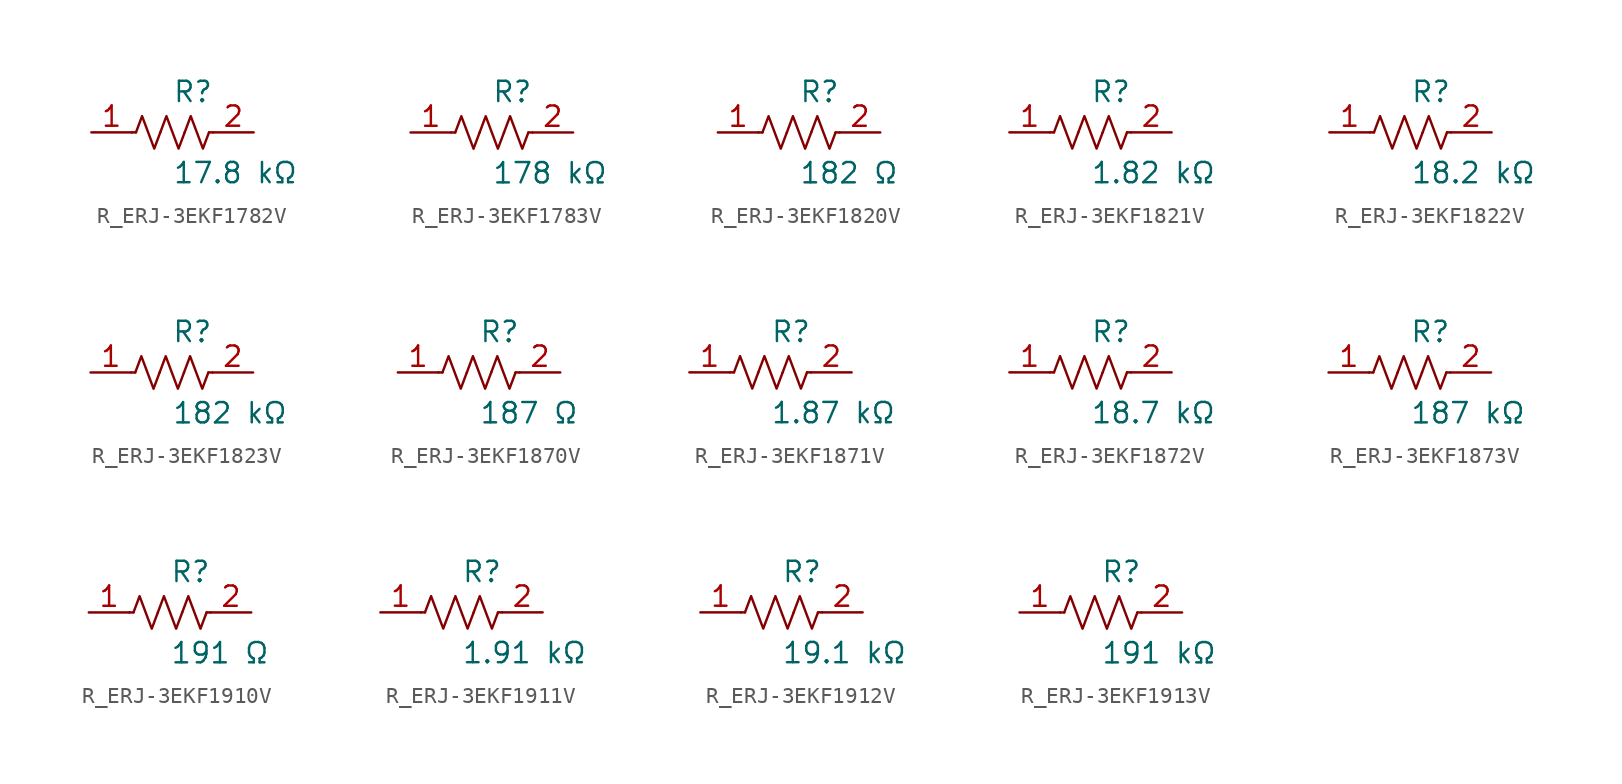
<source format=kicad_sym>
(kicad_symbol_lib
  (version 20231120)
  (generator "kicad_symbol_editor")
  (generator_version "8.0")
  (symbol "R_ERJ-3EKF1782V"
    (pin_names
      (offset 0.254))
    (property "Reference" "R"
      (at 0 2.54 0)
      (effects (font (size 1.27 1.27)) (justify left)))
    (property "Value" "17.8 kΩ"
      (at 0 -2.54 0)
      (effects (font (size 1.27 1.27)) (justify left)))
    (symbol "R_ERJ-3EKF1782V_0_1"
      (polyline (pts (xy 2.286 0) (xy 2.54 0)) (stroke (width 0) (type default)) (fill (type none)))
      (polyline (pts (xy -2.286 0) (xy -2.54 0)) (stroke (width 0) (type default)) (fill (type none)))
      (polyline (pts (xy 0.762 0) (xy 1.143 1.016) (xy 1.524 0) (xy 1.905 -1.016) (xy 2.286 0)) (stroke (width 0) (type default)) (fill (type none)))
      (polyline (pts (xy -0.762 0) (xy -0.381 1.016) (xy 0 0) (xy 0.381 -1.016) (xy 0.762 0)) (stroke (width 0) (type default)) (fill (type none)))
      (polyline (pts (xy -2.286 0) (xy -1.905 1.016) (xy -1.524 0) (xy -1.143 -1.016) (xy -0.762 0)) (stroke (width 0) (type default)) (fill (type none))))
    (pin unspecified line
      (at -5.08 0 0)
      (length 2.54)
      (name "" (effects (font (size 1.27 1.27))))
      (number "1" (effects (font (size 1.27 1.27)))))
    (pin unspecified line
      (at 5.08 0 180)
      (length 2.54)
      (name "" (effects (font (size 1.27 1.27))))
      (number "2" (effects (font (size 1.27 1.27))))))
  (symbol "R_ERJ-3EKF1783V"
    (pin_names
      (offset 0.254))
    (property "Reference" "R"
      (at 0 2.54 0)
      (effects (font (size 1.27 1.27)) (justify left)))
    (property "Value" "178 kΩ"
      (at 0 -2.54 0)
      (effects (font (size 1.27 1.27)) (justify left)))
    (symbol "R_ERJ-3EKF1783V_0_1"
      (polyline (pts (xy 2.286 0) (xy 2.54 0)) (stroke (width 0) (type default)) (fill (type none)))
      (polyline (pts (xy -2.286 0) (xy -2.54 0)) (stroke (width 0) (type default)) (fill (type none)))
      (polyline (pts (xy 0.762 0) (xy 1.143 1.016) (xy 1.524 0) (xy 1.905 -1.016) (xy 2.286 0)) (stroke (width 0) (type default)) (fill (type none)))
      (polyline (pts (xy -0.762 0) (xy -0.381 1.016) (xy 0 0) (xy 0.381 -1.016) (xy 0.762 0)) (stroke (width 0) (type default)) (fill (type none)))
      (polyline (pts (xy -2.286 0) (xy -1.905 1.016) (xy -1.524 0) (xy -1.143 -1.016) (xy -0.762 0)) (stroke (width 0) (type default)) (fill (type none))))
    (pin unspecified line
      (at -5.08 0 0)
      (length 2.54)
      (name "" (effects (font (size 1.27 1.27))))
      (number "1" (effects (font (size 1.27 1.27)))))
    (pin unspecified line
      (at 5.08 0 180)
      (length 2.54)
      (name "" (effects (font (size 1.27 1.27))))
      (number "2" (effects (font (size 1.27 1.27))))))
  (symbol "R_ERJ-3EKF1820V"
    (pin_names
      (offset 0.254))
    (property "Reference" "R"
      (at 0 2.54 0)
      (effects (font (size 1.27 1.27)) (justify left)))
    (property "Value" "182 Ω"
      (at 0 -2.54 0)
      (effects (font (size 1.27 1.27)) (justify left)))
    (symbol "R_ERJ-3EKF1820V_0_1"
      (polyline (pts (xy 2.286 0) (xy 2.54 0)) (stroke (width 0) (type default)) (fill (type none)))
      (polyline (pts (xy -2.286 0) (xy -2.54 0)) (stroke (width 0) (type default)) (fill (type none)))
      (polyline (pts (xy 0.762 0) (xy 1.143 1.016) (xy 1.524 0) (xy 1.905 -1.016) (xy 2.286 0)) (stroke (width 0) (type default)) (fill (type none)))
      (polyline (pts (xy -0.762 0) (xy -0.381 1.016) (xy 0 0) (xy 0.381 -1.016) (xy 0.762 0)) (stroke (width 0) (type default)) (fill (type none)))
      (polyline (pts (xy -2.286 0) (xy -1.905 1.016) (xy -1.524 0) (xy -1.143 -1.016) (xy -0.762 0)) (stroke (width 0) (type default)) (fill (type none))))
    (pin unspecified line
      (at -5.08 0 0)
      (length 2.54)
      (name "" (effects (font (size 1.27 1.27))))
      (number "1" (effects (font (size 1.27 1.27)))))
    (pin unspecified line
      (at 5.08 0 180)
      (length 2.54)
      (name "" (effects (font (size 1.27 1.27))))
      (number "2" (effects (font (size 1.27 1.27))))))
  (symbol "R_ERJ-3EKF1821V"
    (pin_names
      (offset 0.254))
    (property "Reference" "R"
      (at 0 2.54 0)
      (effects (font (size 1.27 1.27)) (justify left)))
    (property "Value" "1.82 kΩ"
      (at 0 -2.54 0)
      (effects (font (size 1.27 1.27)) (justify left)))
    (symbol "R_ERJ-3EKF1821V_0_1"
      (polyline (pts (xy 2.286 0) (xy 2.54 0)) (stroke (width 0) (type default)) (fill (type none)))
      (polyline (pts (xy -2.286 0) (xy -2.54 0)) (stroke (width 0) (type default)) (fill (type none)))
      (polyline (pts (xy 0.762 0) (xy 1.143 1.016) (xy 1.524 0) (xy 1.905 -1.016) (xy 2.286 0)) (stroke (width 0) (type default)) (fill (type none)))
      (polyline (pts (xy -0.762 0) (xy -0.381 1.016) (xy 0 0) (xy 0.381 -1.016) (xy 0.762 0)) (stroke (width 0) (type default)) (fill (type none)))
      (polyline (pts (xy -2.286 0) (xy -1.905 1.016) (xy -1.524 0) (xy -1.143 -1.016) (xy -0.762 0)) (stroke (width 0) (type default)) (fill (type none))))
    (pin unspecified line
      (at -5.08 0 0)
      (length 2.54)
      (name "" (effects (font (size 1.27 1.27))))
      (number "1" (effects (font (size 1.27 1.27)))))
    (pin unspecified line
      (at 5.08 0 180)
      (length 2.54)
      (name "" (effects (font (size 1.27 1.27))))
      (number "2" (effects (font (size 1.27 1.27))))))
  (symbol "R_ERJ-3EKF1822V"
    (pin_names
      (offset 0.254))
    (property "Reference" "R"
      (at 0 2.54 0)
      (effects (font (size 1.27 1.27)) (justify left)))
    (property "Value" "18.2 kΩ"
      (at 0 -2.54 0)
      (effects (font (size 1.27 1.27)) (justify left)))
    (symbol "R_ERJ-3EKF1822V_0_1"
      (polyline (pts (xy 2.286 0) (xy 2.54 0)) (stroke (width 0) (type default)) (fill (type none)))
      (polyline (pts (xy -2.286 0) (xy -2.54 0)) (stroke (width 0) (type default)) (fill (type none)))
      (polyline (pts (xy 0.762 0) (xy 1.143 1.016) (xy 1.524 0) (xy 1.905 -1.016) (xy 2.286 0)) (stroke (width 0) (type default)) (fill (type none)))
      (polyline (pts (xy -0.762 0) (xy -0.381 1.016) (xy 0 0) (xy 0.381 -1.016) (xy 0.762 0)) (stroke (width 0) (type default)) (fill (type none)))
      (polyline (pts (xy -2.286 0) (xy -1.905 1.016) (xy -1.524 0) (xy -1.143 -1.016) (xy -0.762 0)) (stroke (width 0) (type default)) (fill (type none))))
    (pin unspecified line
      (at -5.08 0 0)
      (length 2.54)
      (name "" (effects (font (size 1.27 1.27))))
      (number "1" (effects (font (size 1.27 1.27)))))
    (pin unspecified line
      (at 5.08 0 180)
      (length 2.54)
      (name "" (effects (font (size 1.27 1.27))))
      (number "2" (effects (font (size 1.27 1.27))))))
  (symbol "R_ERJ-3EKF1823V"
    (pin_names
      (offset 0.254))
    (property "Reference" "R"
      (at 0 2.54 0)
      (effects (font (size 1.27 1.27)) (justify left)))
    (property "Value" "182 kΩ"
      (at 0 -2.54 0)
      (effects (font (size 1.27 1.27)) (justify left)))
    (symbol "R_ERJ-3EKF1823V_0_1"
      (polyline (pts (xy 2.286 0) (xy 2.54 0)) (stroke (width 0) (type default)) (fill (type none)))
      (polyline (pts (xy -2.286 0) (xy -2.54 0)) (stroke (width 0) (type default)) (fill (type none)))
      (polyline (pts (xy 0.762 0) (xy 1.143 1.016) (xy 1.524 0) (xy 1.905 -1.016) (xy 2.286 0)) (stroke (width 0) (type default)) (fill (type none)))
      (polyline (pts (xy -0.762 0) (xy -0.381 1.016) (xy 0 0) (xy 0.381 -1.016) (xy 0.762 0)) (stroke (width 0) (type default)) (fill (type none)))
      (polyline (pts (xy -2.286 0) (xy -1.905 1.016) (xy -1.524 0) (xy -1.143 -1.016) (xy -0.762 0)) (stroke (width 0) (type default)) (fill (type none))))
    (pin unspecified line
      (at -5.08 0 0)
      (length 2.54)
      (name "" (effects (font (size 1.27 1.27))))
      (number "1" (effects (font (size 1.27 1.27)))))
    (pin unspecified line
      (at 5.08 0 180)
      (length 2.54)
      (name "" (effects (font (size 1.27 1.27))))
      (number "2" (effects (font (size 1.27 1.27))))))
  (symbol "R_ERJ-3EKF1870V"
    (pin_names
      (offset 0.254))
    (property "Reference" "R"
      (at 0 2.54 0)
      (effects (font (size 1.27 1.27)) (justify left)))
    (property "Value" "187 Ω"
      (at 0 -2.54 0)
      (effects (font (size 1.27 1.27)) (justify left)))
    (symbol "R_ERJ-3EKF1870V_0_1"
      (polyline (pts (xy 2.286 0) (xy 2.54 0)) (stroke (width 0) (type default)) (fill (type none)))
      (polyline (pts (xy -2.286 0) (xy -2.54 0)) (stroke (width 0) (type default)) (fill (type none)))
      (polyline (pts (xy 0.762 0) (xy 1.143 1.016) (xy 1.524 0) (xy 1.905 -1.016) (xy 2.286 0)) (stroke (width 0) (type default)) (fill (type none)))
      (polyline (pts (xy -0.762 0) (xy -0.381 1.016) (xy 0 0) (xy 0.381 -1.016) (xy 0.762 0)) (stroke (width 0) (type default)) (fill (type none)))
      (polyline (pts (xy -2.286 0) (xy -1.905 1.016) (xy -1.524 0) (xy -1.143 -1.016) (xy -0.762 0)) (stroke (width 0) (type default)) (fill (type none))))
    (pin unspecified line
      (at -5.08 0 0)
      (length 2.54)
      (name "" (effects (font (size 1.27 1.27))))
      (number "1" (effects (font (size 1.27 1.27)))))
    (pin unspecified line
      (at 5.08 0 180)
      (length 2.54)
      (name "" (effects (font (size 1.27 1.27))))
      (number "2" (effects (font (size 1.27 1.27))))))
  (symbol "R_ERJ-3EKF1871V"
    (pin_names
      (offset 0.254))
    (property "Reference" "R"
      (at 0 2.54 0)
      (effects (font (size 1.27 1.27)) (justify left)))
    (property "Value" "1.87 kΩ"
      (at 0 -2.54 0)
      (effects (font (size 1.27 1.27)) (justify left)))
    (symbol "R_ERJ-3EKF1871V_0_1"
      (polyline (pts (xy 2.286 0) (xy 2.54 0)) (stroke (width 0) (type default)) (fill (type none)))
      (polyline (pts (xy -2.286 0) (xy -2.54 0)) (stroke (width 0) (type default)) (fill (type none)))
      (polyline (pts (xy 0.762 0) (xy 1.143 1.016) (xy 1.524 0) (xy 1.905 -1.016) (xy 2.286 0)) (stroke (width 0) (type default)) (fill (type none)))
      (polyline (pts (xy -0.762 0) (xy -0.381 1.016) (xy 0 0) (xy 0.381 -1.016) (xy 0.762 0)) (stroke (width 0) (type default)) (fill (type none)))
      (polyline (pts (xy -2.286 0) (xy -1.905 1.016) (xy -1.524 0) (xy -1.143 -1.016) (xy -0.762 0)) (stroke (width 0) (type default)) (fill (type none))))
    (pin unspecified line
      (at -5.08 0 0)
      (length 2.54)
      (name "" (effects (font (size 1.27 1.27))))
      (number "1" (effects (font (size 1.27 1.27)))))
    (pin unspecified line
      (at 5.08 0 180)
      (length 2.54)
      (name "" (effects (font (size 1.27 1.27))))
      (number "2" (effects (font (size 1.27 1.27))))))
  (symbol "R_ERJ-3EKF1872V"
    (pin_names
      (offset 0.254))
    (property "Reference" "R"
      (at 0 2.54 0)
      (effects (font (size 1.27 1.27)) (justify left)))
    (property "Value" "18.7 kΩ"
      (at 0 -2.54 0)
      (effects (font (size 1.27 1.27)) (justify left)))
    (symbol "R_ERJ-3EKF1872V_0_1"
      (polyline (pts (xy 2.286 0) (xy 2.54 0)) (stroke (width 0) (type default)) (fill (type none)))
      (polyline (pts (xy -2.286 0) (xy -2.54 0)) (stroke (width 0) (type default)) (fill (type none)))
      (polyline (pts (xy 0.762 0) (xy 1.143 1.016) (xy 1.524 0) (xy 1.905 -1.016) (xy 2.286 0)) (stroke (width 0) (type default)) (fill (type none)))
      (polyline (pts (xy -0.762 0) (xy -0.381 1.016) (xy 0 0) (xy 0.381 -1.016) (xy 0.762 0)) (stroke (width 0) (type default)) (fill (type none)))
      (polyline (pts (xy -2.286 0) (xy -1.905 1.016) (xy -1.524 0) (xy -1.143 -1.016) (xy -0.762 0)) (stroke (width 0) (type default)) (fill (type none))))
    (pin unspecified line
      (at -5.08 0 0)
      (length 2.54)
      (name "" (effects (font (size 1.27 1.27))))
      (number "1" (effects (font (size 1.27 1.27)))))
    (pin unspecified line
      (at 5.08 0 180)
      (length 2.54)
      (name "" (effects (font (size 1.27 1.27))))
      (number "2" (effects (font (size 1.27 1.27))))))
  (symbol "R_ERJ-3EKF1873V"
    (pin_names
      (offset 0.254))
    (property "Reference" "R"
      (at 0 2.54 0)
      (effects (font (size 1.27 1.27)) (justify left)))
    (property "Value" "187 kΩ"
      (at 0 -2.54 0)
      (effects (font (size 1.27 1.27)) (justify left)))
    (symbol "R_ERJ-3EKF1873V_0_1"
      (polyline (pts (xy 2.286 0) (xy 2.54 0)) (stroke (width 0) (type default)) (fill (type none)))
      (polyline (pts (xy -2.286 0) (xy -2.54 0)) (stroke (width 0) (type default)) (fill (type none)))
      (polyline (pts (xy 0.762 0) (xy 1.143 1.016) (xy 1.524 0) (xy 1.905 -1.016) (xy 2.286 0)) (stroke (width 0) (type default)) (fill (type none)))
      (polyline (pts (xy -0.762 0) (xy -0.381 1.016) (xy 0 0) (xy 0.381 -1.016) (xy 0.762 0)) (stroke (width 0) (type default)) (fill (type none)))
      (polyline (pts (xy -2.286 0) (xy -1.905 1.016) (xy -1.524 0) (xy -1.143 -1.016) (xy -0.762 0)) (stroke (width 0) (type default)) (fill (type none))))
    (pin unspecified line
      (at -5.08 0 0)
      (length 2.54)
      (name "" (effects (font (size 1.27 1.27))))
      (number "1" (effects (font (size 1.27 1.27)))))
    (pin unspecified line
      (at 5.08 0 180)
      (length 2.54)
      (name "" (effects (font (size 1.27 1.27))))
      (number "2" (effects (font (size 1.27 1.27))))))
  (symbol "R_ERJ-3EKF1910V"
    (pin_names
      (offset 0.254))
    (property "Reference" "R"
      (at 0 2.54 0)
      (effects (font (size 1.27 1.27)) (justify left)))
    (property "Value" "191 Ω"
      (at 0 -2.54 0)
      (effects (font (size 1.27 1.27)) (justify left)))
    (symbol "R_ERJ-3EKF1910V_0_1"
      (polyline (pts (xy 2.286 0) (xy 2.54 0)) (stroke (width 0) (type default)) (fill (type none)))
      (polyline (pts (xy -2.286 0) (xy -2.54 0)) (stroke (width 0) (type default)) (fill (type none)))
      (polyline (pts (xy 0.762 0) (xy 1.143 1.016) (xy 1.524 0) (xy 1.905 -1.016) (xy 2.286 0)) (stroke (width 0) (type default)) (fill (type none)))
      (polyline (pts (xy -0.762 0) (xy -0.381 1.016) (xy 0 0) (xy 0.381 -1.016) (xy 0.762 0)) (stroke (width 0) (type default)) (fill (type none)))
      (polyline (pts (xy -2.286 0) (xy -1.905 1.016) (xy -1.524 0) (xy -1.143 -1.016) (xy -0.762 0)) (stroke (width 0) (type default)) (fill (type none))))
    (pin unspecified line
      (at -5.08 0 0)
      (length 2.54)
      (name "" (effects (font (size 1.27 1.27))))
      (number "1" (effects (font (size 1.27 1.27)))))
    (pin unspecified line
      (at 5.08 0 180)
      (length 2.54)
      (name "" (effects (font (size 1.27 1.27))))
      (number "2" (effects (font (size 1.27 1.27))))))
  (symbol "R_ERJ-3EKF1911V"
    (pin_names
      (offset 0.254))
    (property "Reference" "R"
      (at 0 2.54 0)
      (effects (font (size 1.27 1.27)) (justify left)))
    (property "Value" "1.91 kΩ"
      (at 0 -2.54 0)
      (effects (font (size 1.27 1.27)) (justify left)))
    (symbol "R_ERJ-3EKF1911V_0_1"
      (polyline (pts (xy 2.286 0) (xy 2.54 0)) (stroke (width 0) (type default)) (fill (type none)))
      (polyline (pts (xy -2.286 0) (xy -2.54 0)) (stroke (width 0) (type default)) (fill (type none)))
      (polyline (pts (xy 0.762 0) (xy 1.143 1.016) (xy 1.524 0) (xy 1.905 -1.016) (xy 2.286 0)) (stroke (width 0) (type default)) (fill (type none)))
      (polyline (pts (xy -0.762 0) (xy -0.381 1.016) (xy 0 0) (xy 0.381 -1.016) (xy 0.762 0)) (stroke (width 0) (type default)) (fill (type none)))
      (polyline (pts (xy -2.286 0) (xy -1.905 1.016) (xy -1.524 0) (xy -1.143 -1.016) (xy -0.762 0)) (stroke (width 0) (type default)) (fill (type none))))
    (pin unspecified line
      (at -5.08 0 0)
      (length 2.54)
      (name "" (effects (font (size 1.27 1.27))))
      (number "1" (effects (font (size 1.27 1.27)))))
    (pin unspecified line
      (at 5.08 0 180)
      (length 2.54)
      (name "" (effects (font (size 1.27 1.27))))
      (number "2" (effects (font (size 1.27 1.27))))))
  (symbol "R_ERJ-3EKF1912V"
    (pin_names
      (offset 0.254))
    (property "Reference" "R"
      (at 0 2.54 0)
      (effects (font (size 1.27 1.27)) (justify left)))
    (property "Value" "19.1 kΩ"
      (at 0 -2.54 0)
      (effects (font (size 1.27 1.27)) (justify left)))
    (symbol "R_ERJ-3EKF1912V_0_1"
      (polyline (pts (xy 2.286 0) (xy 2.54 0)) (stroke (width 0) (type default)) (fill (type none)))
      (polyline (pts (xy -2.286 0) (xy -2.54 0)) (stroke (width 0) (type default)) (fill (type none)))
      (polyline (pts (xy 0.762 0) (xy 1.143 1.016) (xy 1.524 0) (xy 1.905 -1.016) (xy 2.286 0)) (stroke (width 0) (type default)) (fill (type none)))
      (polyline (pts (xy -0.762 0) (xy -0.381 1.016) (xy 0 0) (xy 0.381 -1.016) (xy 0.762 0)) (stroke (width 0) (type default)) (fill (type none)))
      (polyline (pts (xy -2.286 0) (xy -1.905 1.016) (xy -1.524 0) (xy -1.143 -1.016) (xy -0.762 0)) (stroke (width 0) (type default)) (fill (type none))))
    (pin unspecified line
      (at -5.08 0 0)
      (length 2.54)
      (name "" (effects (font (size 1.27 1.27))))
      (number "1" (effects (font (size 1.27 1.27)))))
    (pin unspecified line
      (at 5.08 0 180)
      (length 2.54)
      (name "" (effects (font (size 1.27 1.27))))
      (number "2" (effects (font (size 1.27 1.27))))))
  (symbol "R_ERJ-3EKF1913V"
    (pin_names
      (offset 0.254))
    (property "Reference" "R"
      (at 0 2.54 0)
      (effects (font (size 1.27 1.27)) (justify left)))
    (property "Value" "191 kΩ"
      (at 0 -2.54 0)
      (effects (font (size 1.27 1.27)) (justify left)))
    (symbol "R_ERJ-3EKF1913V_0_1"
      (polyline (pts (xy 2.286 0) (xy 2.54 0)) (stroke (width 0) (type default)) (fill (type none)))
      (polyline (pts (xy -2.286 0) (xy -2.54 0)) (stroke (width 0) (type default)) (fill (type none)))
      (polyline (pts (xy 0.762 0) (xy 1.143 1.016) (xy 1.524 0) (xy 1.905 -1.016) (xy 2.286 0)) (stroke (width 0) (type default)) (fill (type none)))
      (polyline (pts (xy -0.762 0) (xy -0.381 1.016) (xy 0 0) (xy 0.381 -1.016) (xy 0.762 0)) (stroke (width 0) (type default)) (fill (type none)))
      (polyline (pts (xy -2.286 0) (xy -1.905 1.016) (xy -1.524 0) (xy -1.143 -1.016) (xy -0.762 0)) (stroke (width 0) (type default)) (fill (type none))))
    (pin unspecified line
      (at -5.08 0 0)
      (length 2.54)
      (name "" (effects (font (size 1.27 1.27))))
      (number "1" (effects (font (size 1.27 1.27)))))
    (pin unspecified line
      (at 5.08 0 180)
      (length 2.54)
      (name "" (effects (font (size 1.27 1.27))))
      (number "2" (effects (font (size 1.27 1.27)))))))
</source>
